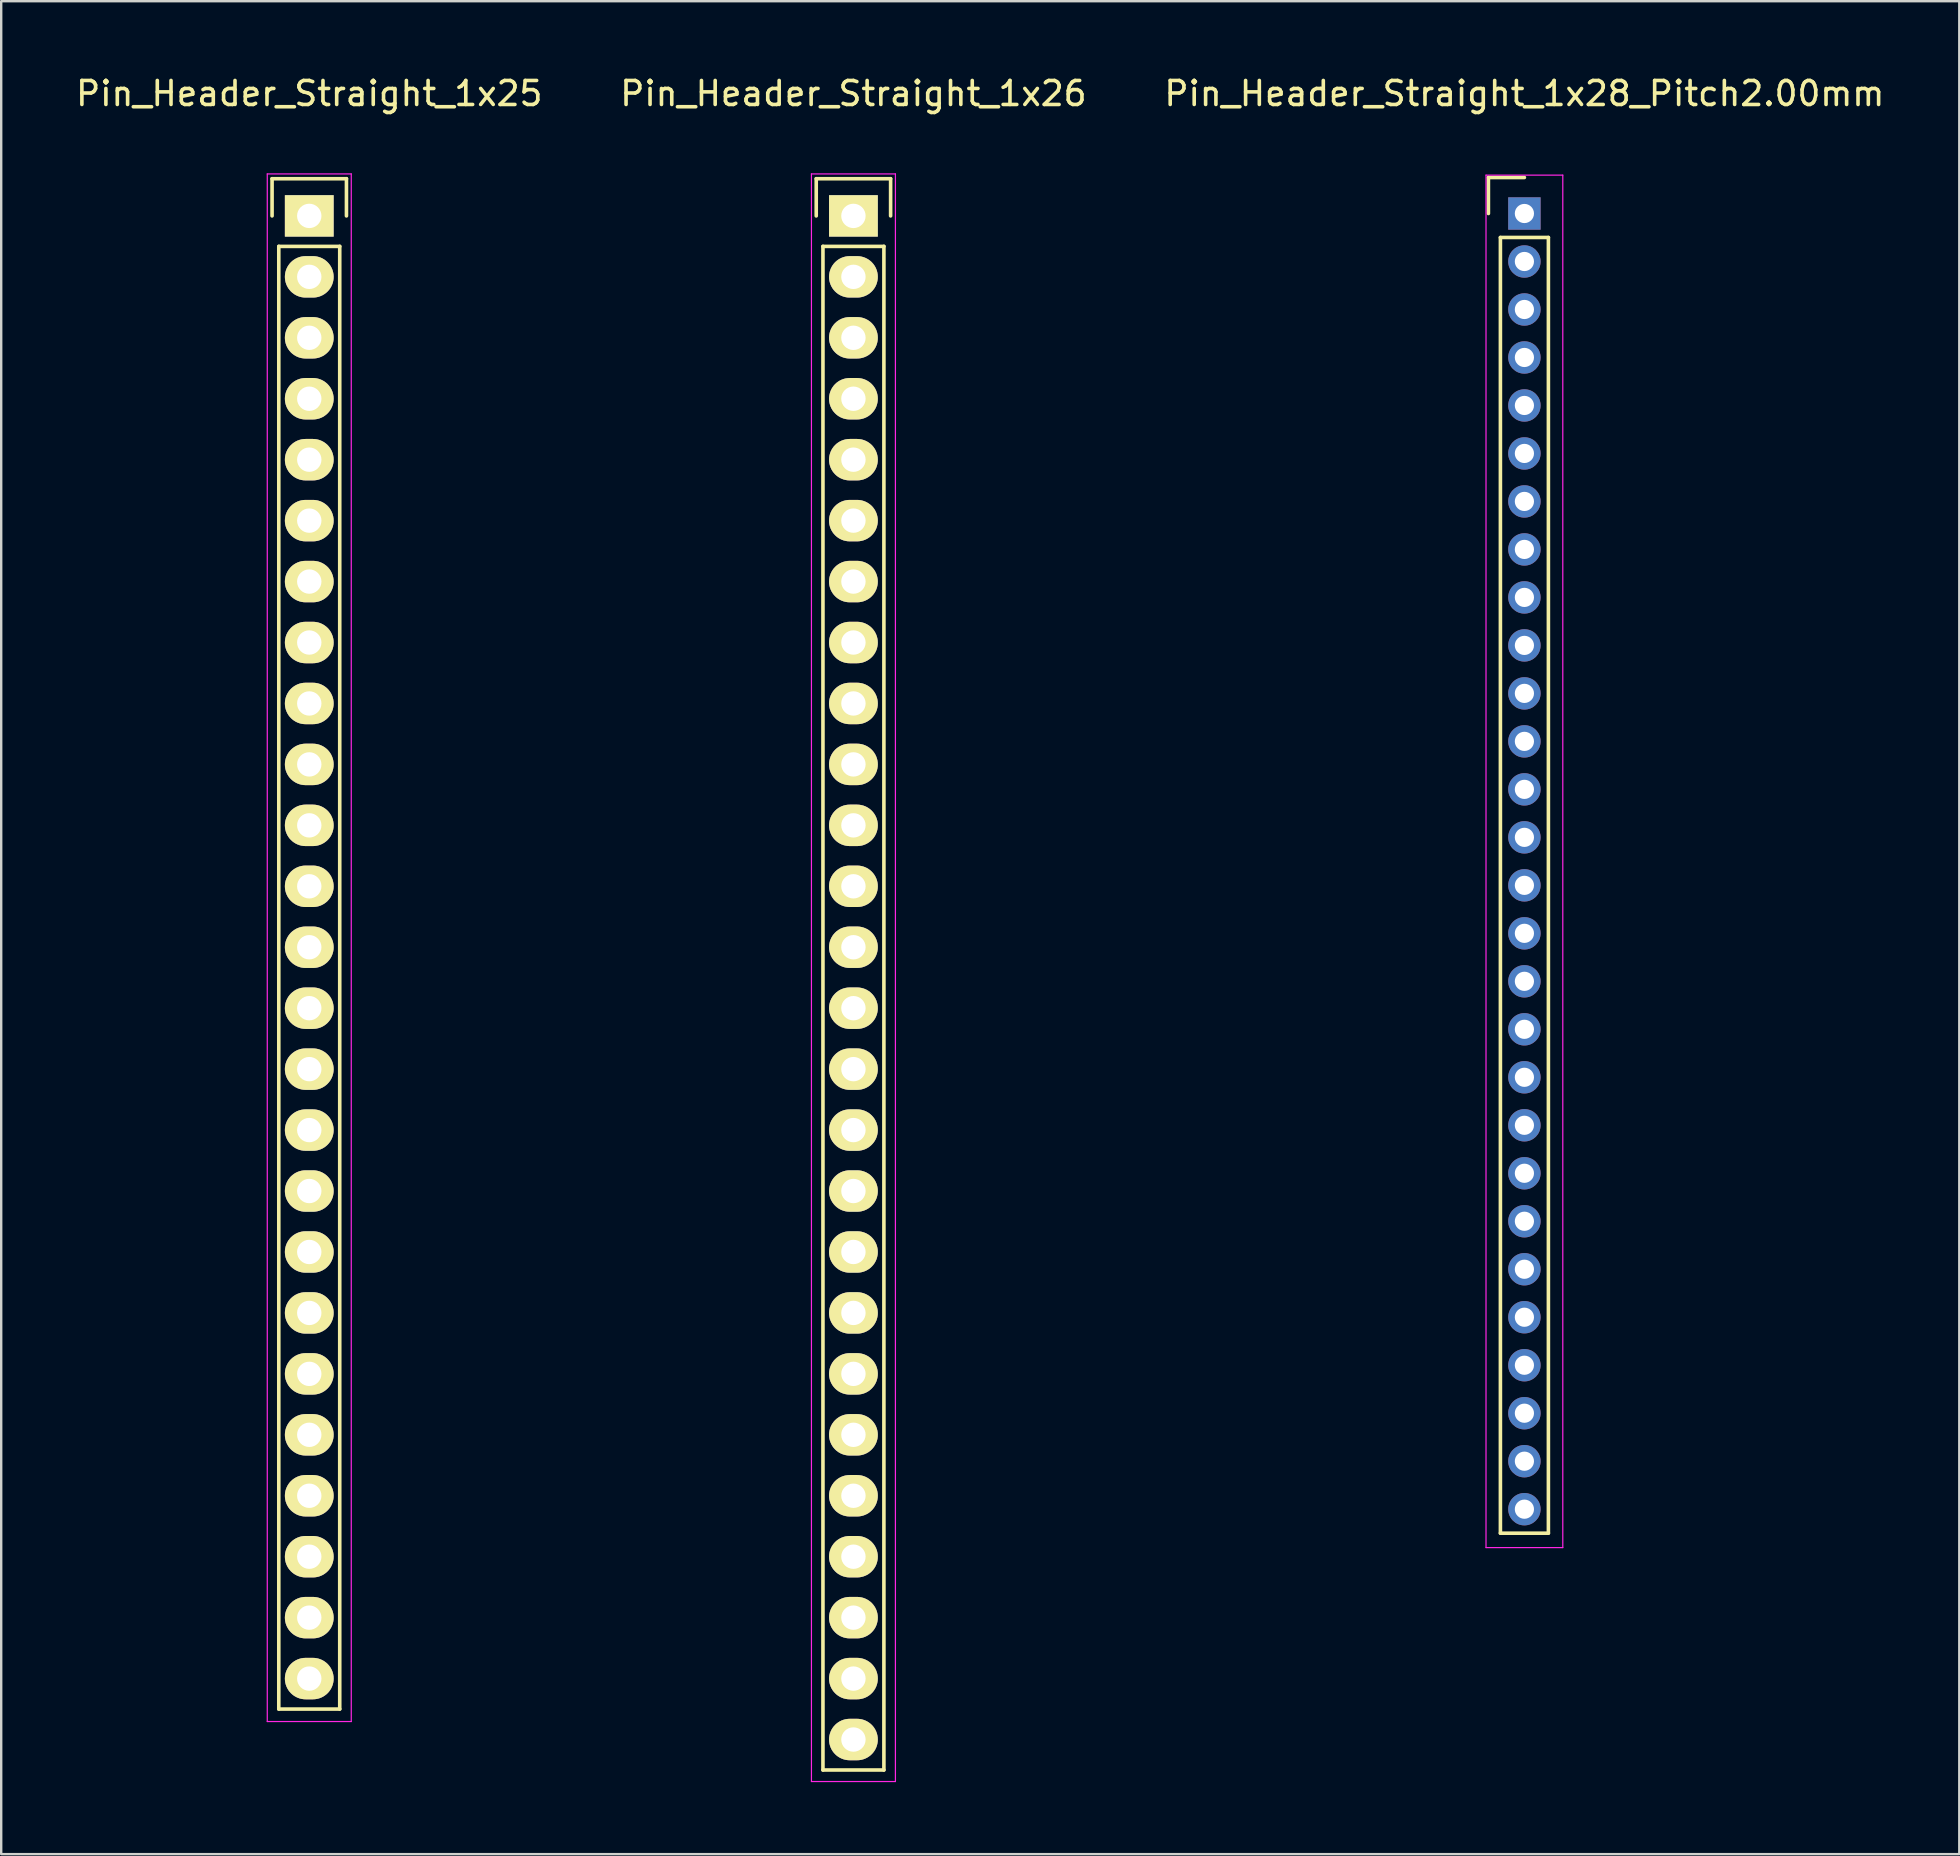
<source format=kicad_pcb>
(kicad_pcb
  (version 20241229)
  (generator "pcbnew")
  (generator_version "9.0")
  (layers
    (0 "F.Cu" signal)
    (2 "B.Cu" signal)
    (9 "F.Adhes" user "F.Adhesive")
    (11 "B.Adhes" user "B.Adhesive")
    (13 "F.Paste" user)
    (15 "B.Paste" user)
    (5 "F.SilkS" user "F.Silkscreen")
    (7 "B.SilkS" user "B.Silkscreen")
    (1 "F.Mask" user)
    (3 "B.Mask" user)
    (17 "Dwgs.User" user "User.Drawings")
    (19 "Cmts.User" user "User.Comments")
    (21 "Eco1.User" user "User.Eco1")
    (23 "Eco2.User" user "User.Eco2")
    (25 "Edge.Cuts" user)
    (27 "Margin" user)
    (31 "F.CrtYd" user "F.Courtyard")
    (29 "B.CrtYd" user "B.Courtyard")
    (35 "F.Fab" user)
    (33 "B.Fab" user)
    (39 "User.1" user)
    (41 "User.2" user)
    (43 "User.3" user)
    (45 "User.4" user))
  (footprint "Pin_Header_Straight_1x26"
    (layer "F.Cu")
    (at 32.518 5.948)
    (property "Reference" "Pin_Header_Straight_1x26" (at 0 -5.1 0) (layer "F.SilkS") (effects (font (size 1 1) (thickness 0.15))))
    (attr through_hole)
    (fp_line (start -1.55 -1.55) (end 1.55 -1.55) (stroke (width 0.15) (type solid)) (layer "F.SilkS"))
    (fp_line (start -1.55 0) (end -1.55 -1.55) (stroke (width 0.15) (type solid)) (layer "F.SilkS"))
    (fp_line (start -1.27 1.27) (end -1.27 64.77) (stroke (width 0.15) (type solid)) (layer "F.SilkS"))
    (fp_line (start -1.27 64.77) (end 1.27 64.77) (stroke (width 0.15) (type solid)) (layer "F.SilkS"))
    (fp_line (start 1.27 1.27) (end -1.27 1.27) (stroke (width 0.15) (type solid)) (layer "F.SilkS"))
    (fp_line (start 1.27 64.77) (end 1.27 1.27) (stroke (width 0.15) (type solid)) (layer "F.SilkS"))
    (fp_line (start 1.55 -1.55) (end 1.55 0) (stroke (width 0.15) (type solid)) (layer "F.SilkS"))
    (fp_line (start -1.75 -1.75) (end -1.75 65.25) (stroke (width 0.05) (type solid)) (layer "F.CrtYd"))
    (fp_line (start -1.75 -1.75) (end 1.75 -1.75) (stroke (width 0.05) (type solid)) (layer "F.CrtYd"))
    (fp_line (start -1.75 65.25) (end 1.75 65.25) (stroke (width 0.05) (type solid)) (layer "F.CrtYd"))
    (fp_line (start 1.75 -1.75) (end 1.75 65.25) (stroke (width 0.05) (type solid)) (layer "F.CrtYd"))
    (pad "1" thru_hole rect (at 0 0) (size 2.032 1.727) (drill 1.016) (layers "*.Cu" "*.Mask" "F.SilkS"))
    (pad "2" thru_hole oval (at 0 2.54) (size 2.032 1.727) (drill 1.016) (layers "*.Cu" "*.Mask" "F.SilkS"))
    (pad "3" thru_hole oval (at 0 5.08) (size 2.032 1.727) (drill 1.016) (layers "*.Cu" "*.Mask" "F.SilkS"))
    (pad "4" thru_hole oval (at 0 7.62) (size 2.032 1.727) (drill 1.016) (layers "*.Cu" "*.Mask" "F.SilkS"))
    (pad "5" thru_hole oval (at 0 10.16) (size 2.032 1.727) (drill 1.016) (layers "*.Cu" "*.Mask" "F.SilkS"))
    (pad "6" thru_hole oval (at 0 12.7) (size 2.032 1.727) (drill 1.016) (layers "*.Cu" "*.Mask" "F.SilkS"))
    (pad "7" thru_hole oval (at 0 15.24) (size 2.032 1.727) (drill 1.016) (layers "*.Cu" "*.Mask" "F.SilkS"))
    (pad "8" thru_hole oval (at 0 17.78) (size 2.032 1.727) (drill 1.016) (layers "*.Cu" "*.Mask" "F.SilkS"))
    (pad "9" thru_hole oval (at 0 20.32) (size 2.032 1.727) (drill 1.016) (layers "*.Cu" "*.Mask" "F.SilkS"))
    (pad "10" thru_hole oval (at 0 22.86) (size 2.032 1.727) (drill 1.016) (layers "*.Cu" "*.Mask" "F.SilkS"))
    (pad "11" thru_hole oval (at 0 25.4) (size 2.032 1.727) (drill 1.016) (layers "*.Cu" "*.Mask" "F.SilkS"))
    (pad "12" thru_hole oval (at 0 27.94) (size 2.032 1.727) (drill 1.016) (layers "*.Cu" "*.Mask" "F.SilkS"))
    (pad "13" thru_hole oval (at 0 30.48) (size 2.032 1.727) (drill 1.016) (layers "*.Cu" "*.Mask" "F.SilkS"))
    (pad "14" thru_hole oval (at 0 33.02) (size 2.032 1.727) (drill 1.016) (layers "*.Cu" "*.Mask" "F.SilkS"))
    (pad "15" thru_hole oval (at 0 35.56) (size 2.032 1.727) (drill 1.016) (layers "*.Cu" "*.Mask" "F.SilkS"))
    (pad "16" thru_hole oval (at 0 38.1) (size 2.032 1.727) (drill 1.016) (layers "*.Cu" "*.Mask" "F.SilkS"))
    (pad "17" thru_hole oval (at 0 40.64) (size 2.032 1.727) (drill 1.016) (layers "*.Cu" "*.Mask" "F.SilkS"))
    (pad "18" thru_hole oval (at 0 43.18) (size 2.032 1.727) (drill 1.016) (layers "*.Cu" "*.Mask" "F.SilkS"))
    (pad "19" thru_hole oval (at 0 45.72) (size 2.032 1.727) (drill 1.016) (layers "*.Cu" "*.Mask" "F.SilkS"))
    (pad "20" thru_hole oval (at 0 48.26) (size 2.032 1.727) (drill 1.016) (layers "*.Cu" "*.Mask" "F.SilkS"))
    (pad "21" thru_hole oval (at 0 50.8) (size 2.032 1.727) (drill 1.016) (layers "*.Cu" "*.Mask" "F.SilkS"))
    (pad "22" thru_hole oval (at 0 53.34) (size 2.032 1.727) (drill 1.016) (layers "*.Cu" "*.Mask" "F.SilkS"))
    (pad "23" thru_hole oval (at 0 55.88) (size 2.032 1.727) (drill 1.016) (layers "*.Cu" "*.Mask" "F.SilkS"))
    (pad "24" thru_hole oval (at 0 58.42) (size 2.032 1.727) (drill 1.016) (layers "*.Cu" "*.Mask" "F.SilkS"))
    (pad "25" thru_hole oval (at 0 60.96) (size 2.032 1.727) (drill 1.016) (layers "*.Cu" "*.Mask" "F.SilkS"))
    (pad "26" thru_hole oval (at 0 63.5) (size 2.032 1.727) (drill 1.016) (layers "*.Cu" "*.Mask" "F.SilkS")))
  (footprint "Pin_Header_Straight_1x25"
    (layer "F.Cu")
    (at 9.839 5.948)
    (property "Reference" "Pin_Header_Straight_1x25" (at 0 -5.1 0) (layer "F.SilkS") (effects (font (size 1 1) (thickness 0.15))))
    (attr through_hole)
    (fp_line (start -1.55 -1.55) (end 1.55 -1.55) (stroke (width 0.15) (type solid)) (layer "F.SilkS"))
    (fp_line (start -1.55 0) (end -1.55 -1.55) (stroke (width 0.15) (type solid)) (layer "F.SilkS"))
    (fp_line (start -1.27 1.27) (end -1.27 62.23) (stroke (width 0.15) (type solid)) (layer "F.SilkS"))
    (fp_line (start -1.27 62.23) (end 1.27 62.23) (stroke (width 0.15) (type solid)) (layer "F.SilkS"))
    (fp_line (start 1.27 1.27) (end -1.27 1.27) (stroke (width 0.15) (type solid)) (layer "F.SilkS"))
    (fp_line (start 1.27 62.23) (end 1.27 1.27) (stroke (width 0.15) (type solid)) (layer "F.SilkS"))
    (fp_line (start 1.55 -1.55) (end 1.55 0) (stroke (width 0.15) (type solid)) (layer "F.SilkS"))
    (fp_line (start -1.75 -1.75) (end -1.75 62.75) (stroke (width 0.05) (type solid)) (layer "F.CrtYd"))
    (fp_line (start -1.75 -1.75) (end 1.75 -1.75) (stroke (width 0.05) (type solid)) (layer "F.CrtYd"))
    (fp_line (start -1.75 62.75) (end 1.75 62.75) (stroke (width 0.05) (type solid)) (layer "F.CrtYd"))
    (fp_line (start 1.75 -1.75) (end 1.75 62.75) (stroke (width 0.05) (type solid)) (layer "F.CrtYd"))
    (pad "1" thru_hole rect (at 0 0) (size 2.032 1.727) (drill 1.016) (layers "*.Cu" "*.Mask" "F.SilkS"))
    (pad "2" thru_hole oval (at 0 2.54) (size 2.032 1.727) (drill 1.016) (layers "*.Cu" "*.Mask" "F.SilkS"))
    (pad "3" thru_hole oval (at 0 5.08) (size 2.032 1.727) (drill 1.016) (layers "*.Cu" "*.Mask" "F.SilkS"))
    (pad "4" thru_hole oval (at 0 7.62) (size 2.032 1.727) (drill 1.016) (layers "*.Cu" "*.Mask" "F.SilkS"))
    (pad "5" thru_hole oval (at 0 10.16) (size 2.032 1.727) (drill 1.016) (layers "*.Cu" "*.Mask" "F.SilkS"))
    (pad "6" thru_hole oval (at 0 12.7) (size 2.032 1.727) (drill 1.016) (layers "*.Cu" "*.Mask" "F.SilkS"))
    (pad "7" thru_hole oval (at 0 15.24) (size 2.032 1.727) (drill 1.016) (layers "*.Cu" "*.Mask" "F.SilkS"))
    (pad "8" thru_hole oval (at 0 17.78) (size 2.032 1.727) (drill 1.016) (layers "*.Cu" "*.Mask" "F.SilkS"))
    (pad "9" thru_hole oval (at 0 20.32) (size 2.032 1.727) (drill 1.016) (layers "*.Cu" "*.Mask" "F.SilkS"))
    (pad "10" thru_hole oval (at 0 22.86) (size 2.032 1.727) (drill 1.016) (layers "*.Cu" "*.Mask" "F.SilkS"))
    (pad "11" thru_hole oval (at 0 25.4) (size 2.032 1.727) (drill 1.016) (layers "*.Cu" "*.Mask" "F.SilkS"))
    (pad "12" thru_hole oval (at 0 27.94) (size 2.032 1.727) (drill 1.016) (layers "*.Cu" "*.Mask" "F.SilkS"))
    (pad "13" thru_hole oval (at 0 30.48) (size 2.032 1.727) (drill 1.016) (layers "*.Cu" "*.Mask" "F.SilkS"))
    (pad "14" thru_hole oval (at 0 33.02) (size 2.032 1.727) (drill 1.016) (layers "*.Cu" "*.Mask" "F.SilkS"))
    (pad "15" thru_hole oval (at 0 35.56) (size 2.032 1.727) (drill 1.016) (layers "*.Cu" "*.Mask" "F.SilkS"))
    (pad "16" thru_hole oval (at 0 38.1) (size 2.032 1.727) (drill 1.016) (layers "*.Cu" "*.Mask" "F.SilkS"))
    (pad "17" thru_hole oval (at 0 40.64) (size 2.032 1.727) (drill 1.016) (layers "*.Cu" "*.Mask" "F.SilkS"))
    (pad "18" thru_hole oval (at 0 43.18) (size 2.032 1.727) (drill 1.016) (layers "*.Cu" "*.Mask" "F.SilkS"))
    (pad "19" thru_hole oval (at 0 45.72) (size 2.032 1.727) (drill 1.016) (layers "*.Cu" "*.Mask" "F.SilkS"))
    (pad "20" thru_hole oval (at 0 48.26) (size 2.032 1.727) (drill 1.016) (layers "*.Cu" "*.Mask" "F.SilkS"))
    (pad "21" thru_hole oval (at 0 50.8) (size 2.032 1.727) (drill 1.016) (layers "*.Cu" "*.Mask" "F.SilkS"))
    (pad "22" thru_hole oval (at 0 53.34) (size 2.032 1.727) (drill 1.016) (layers "*.Cu" "*.Mask" "F.SilkS"))
    (pad "23" thru_hole oval (at 0 55.88) (size 2.032 1.727) (drill 1.016) (layers "*.Cu" "*.Mask" "F.SilkS"))
    (pad "24" thru_hole oval (at 0 58.42) (size 2.032 1.727) (drill 1.016) (layers "*.Cu" "*.Mask" "F.SilkS"))
    (pad "25" thru_hole oval (at 0 60.96) (size 2.032 1.727) (drill 1.016) (layers "*.Cu" "*.Mask" "F.SilkS")))
  (footprint "Pin_Header_Straight_1x28_Pitch2.00mm"
    (layer "F.Cu")
    (at 60.482 5.848)
    (property "Reference" "Pin_Header_Straight_1x28_Pitch2.00mm" (at 0 -5 0) (layer "F.SilkS") (effects (font (size 1 1) (thickness 0.15))))
    (attr through_hole)
    (fp_line (start -1.5 -1.5) (end 0 -1.5) (stroke (width 0.15) (type solid)) (layer "F.SilkS"))
    (fp_line (start -1.5 0) (end -1.5 -1.5) (stroke (width 0.15) (type solid)) (layer "F.SilkS"))
    (fp_line (start -1 1) (end 1 1) (stroke (width 0.15) (type solid)) (layer "F.SilkS"))
    (fp_line (start -1 55) (end -1 1) (stroke (width 0.15) (type solid)) (layer "F.SilkS"))
    (fp_line (start 1 1) (end 1 55) (stroke (width 0.15) (type solid)) (layer "F.SilkS"))
    (fp_line (start 1 55) (end -1 55) (stroke (width 0.15) (type solid)) (layer "F.SilkS"))
    (fp_line (start -1.6 -1.6) (end 1.6 -1.6) (stroke (width 0.05) (type solid)) (layer "F.CrtYd"))
    (fp_line (start -1.6 55.6) (end -1.6 -1.6) (stroke (width 0.05) (type solid)) (layer "F.CrtYd"))
    (fp_line (start 1.6 -1.6) (end 1.6 55.6) (stroke (width 0.05) (type solid)) (layer "F.CrtYd"))
    (fp_line (start 1.6 55.6) (end -1.6 55.6) (stroke (width 0.05) (type solid)) (layer "F.CrtYd"))
    (pad "1" thru_hole rect (at 0 0) (size 1.35 1.35) (drill 0.8) (layers "*.Cu" "*.Mask"))
    (pad "2" thru_hole circle (at 0 2) (size 1.35 1.35) (drill 0.8) (layers "*.Cu" "*.Mask"))
    (pad "3" thru_hole circle (at 0 4) (size 1.35 1.35) (drill 0.8) (layers "*.Cu" "*.Mask"))
    (pad "4" thru_hole circle (at 0 6) (size 1.35 1.35) (drill 0.8) (layers "*.Cu" "*.Mask"))
    (pad "5" thru_hole circle (at 0 8) (size 1.35 1.35) (drill 0.8) (layers "*.Cu" "*.Mask"))
    (pad "6" thru_hole circle (at 0 10) (size 1.35 1.35) (drill 0.8) (layers "*.Cu" "*.Mask"))
    (pad "7" thru_hole circle (at 0 12) (size 1.35 1.35) (drill 0.8) (layers "*.Cu" "*.Mask"))
    (pad "8" thru_hole circle (at 0 14) (size 1.35 1.35) (drill 0.8) (layers "*.Cu" "*.Mask"))
    (pad "9" thru_hole circle (at 0 16) (size 1.35 1.35) (drill 0.8) (layers "*.Cu" "*.Mask"))
    (pad "10" thru_hole circle (at 0 18) (size 1.35 1.35) (drill 0.8) (layers "*.Cu" "*.Mask"))
    (pad "11" thru_hole circle (at 0 20) (size 1.35 1.35) (drill 0.8) (layers "*.Cu" "*.Mask"))
    (pad "12" thru_hole circle (at 0 22) (size 1.35 1.35) (drill 0.8) (layers "*.Cu" "*.Mask"))
    (pad "13" thru_hole circle (at 0 24) (size 1.35 1.35) (drill 0.8) (layers "*.Cu" "*.Mask"))
    (pad "14" thru_hole circle (at 0 26) (size 1.35 1.35) (drill 0.8) (layers "*.Cu" "*.Mask"))
    (pad "15" thru_hole circle (at 0 28) (size 1.35 1.35) (drill 0.8) (layers "*.Cu" "*.Mask"))
    (pad "16" thru_hole circle (at 0 30) (size 1.35 1.35) (drill 0.8) (layers "*.Cu" "*.Mask"))
    (pad "17" thru_hole circle (at 0 32) (size 1.35 1.35) (drill 0.8) (layers "*.Cu" "*.Mask"))
    (pad "18" thru_hole circle (at 0 34) (size 1.35 1.35) (drill 0.8) (layers "*.Cu" "*.Mask"))
    (pad "19" thru_hole circle (at 0 36) (size 1.35 1.35) (drill 0.8) (layers "*.Cu" "*.Mask"))
    (pad "20" thru_hole circle (at 0 38) (size 1.35 1.35) (drill 0.8) (layers "*.Cu" "*.Mask"))
    (pad "21" thru_hole circle (at 0 40) (size 1.35 1.35) (drill 0.8) (layers "*.Cu" "*.Mask"))
    (pad "22" thru_hole circle (at 0 42) (size 1.35 1.35) (drill 0.8) (layers "*.Cu" "*.Mask"))
    (pad "23" thru_hole circle (at 0 44) (size 1.35 1.35) (drill 0.8) (layers "*.Cu" "*.Mask"))
    (pad "24" thru_hole circle (at 0 46) (size 1.35 1.35) (drill 0.8) (layers "*.Cu" "*.Mask"))
    (pad "25" thru_hole circle (at 0 48) (size 1.35 1.35) (drill 0.8) (layers "*.Cu" "*.Mask"))
    (pad "26" thru_hole circle (at 0 50) (size 1.35 1.35) (drill 0.8) (layers "*.Cu" "*.Mask"))
    (pad "27" thru_hole circle (at 0 52) (size 1.35 1.35) (drill 0.8) (layers "*.Cu" "*.Mask"))
    (pad "28" thru_hole circle (at 0 54) (size 1.35 1.35) (drill 0.8) (layers "*.Cu" "*.Mask")))
  (gr_rect
    (start -3 -3)
    (end 78.607 74.223)
    (stroke (width 0.1) (type default))
    (fill no)
    (layer "Edge.Cuts")))
</source>
